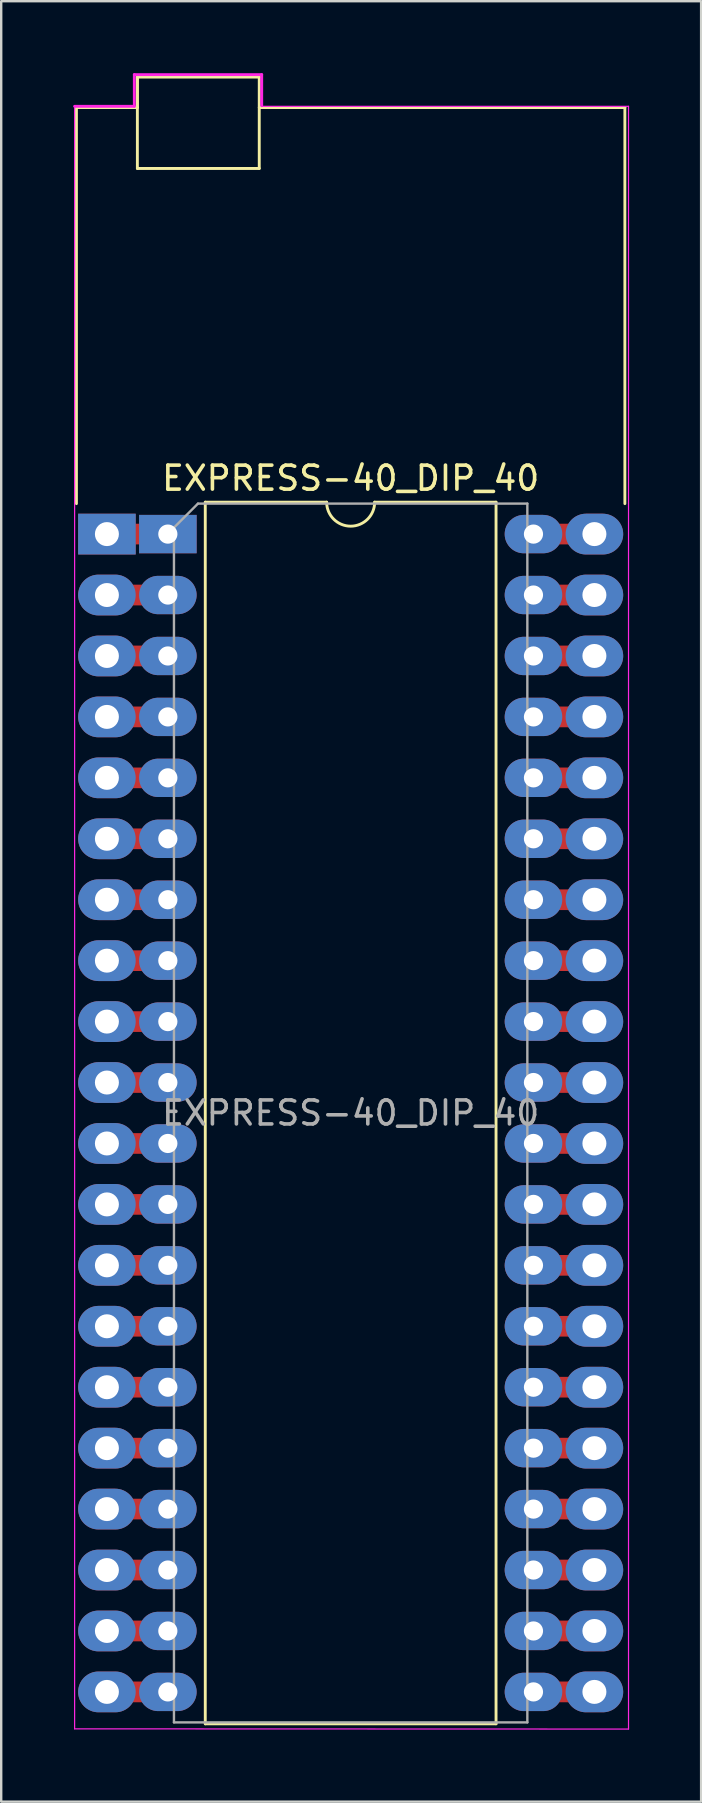
<source format=kicad_pcb>
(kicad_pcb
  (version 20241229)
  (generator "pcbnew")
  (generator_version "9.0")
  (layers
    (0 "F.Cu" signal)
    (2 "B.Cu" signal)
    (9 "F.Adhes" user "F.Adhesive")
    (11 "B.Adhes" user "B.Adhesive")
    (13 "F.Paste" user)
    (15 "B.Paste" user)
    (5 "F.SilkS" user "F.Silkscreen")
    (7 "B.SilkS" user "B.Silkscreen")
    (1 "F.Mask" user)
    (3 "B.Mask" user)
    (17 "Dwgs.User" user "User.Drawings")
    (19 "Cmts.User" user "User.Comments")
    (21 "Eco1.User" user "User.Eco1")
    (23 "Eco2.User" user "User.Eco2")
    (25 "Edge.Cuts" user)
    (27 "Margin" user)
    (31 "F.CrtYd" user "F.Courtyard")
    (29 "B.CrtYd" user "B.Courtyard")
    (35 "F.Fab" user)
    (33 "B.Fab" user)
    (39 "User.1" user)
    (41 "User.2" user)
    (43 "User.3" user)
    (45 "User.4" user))
  (footprint "EXPRESS-40_DIP_40"
    (layer "F.Cu")
    (at 3.946 19.212)
    (property "Reference" "EXPRESS-40_DIP_40" (at 7.62 -2.33 0) (layer "F.SilkS") (effects (font (size 1 1) (thickness 0.15))))
    (attr through_hole)
    (fp_poly (pts (xy -0.635 0.381) (xy -1.905 0.381) (xy -1.905 -0.381) (xy -0.635 -0.381)) (stroke (width 0.1) (type solid)) (fill yes) (layer "F.Cu"))
    (fp_poly (pts (xy -0.635 2.921) (xy -1.905 2.921) (xy -1.905 2.159) (xy -0.635 2.159)) (stroke (width 0.1) (type solid)) (fill yes) (layer "F.Cu"))
    (fp_poly (pts (xy -0.635 5.461) (xy -1.905 5.461) (xy -1.905 4.699) (xy -0.635 4.699)) (stroke (width 0.1) (type solid)) (fill yes) (layer "F.Cu"))
    (fp_poly (pts (xy -0.635 8.001) (xy -1.905 8.001) (xy -1.905 7.239) (xy -0.635 7.239)) (stroke (width 0.1) (type solid)) (fill yes) (layer "F.Cu"))
    (fp_poly (pts (xy -0.635 10.541) (xy -1.905 10.541) (xy -1.905 9.779) (xy -0.635 9.779)) (stroke (width 0.1) (type solid)) (fill yes) (layer "F.Cu"))
    (fp_poly (pts (xy -0.635 13.081) (xy -1.905 13.081) (xy -1.905 12.319) (xy -0.635 12.319)) (stroke (width 0.1) (type solid)) (fill yes) (layer "F.Cu"))
    (fp_poly (pts (xy -0.635 15.621) (xy -1.905 15.621) (xy -1.905 14.859) (xy -0.635 14.859)) (stroke (width 0.1) (type solid)) (fill yes) (layer "F.Cu"))
    (fp_poly (pts (xy -0.635 18.161) (xy -1.905 18.161) (xy -1.905 17.399) (xy -0.635 17.399)) (stroke (width 0.1) (type solid)) (fill yes) (layer "F.Cu"))
    (fp_poly (pts (xy -0.635 20.701) (xy -1.905 20.701) (xy -1.905 19.939) (xy -0.635 19.939)) (stroke (width 0.1) (type solid)) (fill yes) (layer "F.Cu"))
    (fp_poly (pts (xy -0.635 23.241) (xy -1.905 23.241) (xy -1.905 22.479) (xy -0.635 22.479)) (stroke (width 0.1) (type solid)) (fill yes) (layer "F.Cu"))
    (fp_poly (pts (xy -0.635 25.781) (xy -1.905 25.781) (xy -1.905 25.019) (xy -0.635 25.019)) (stroke (width 0.1) (type solid)) (fill yes) (layer "F.Cu"))
    (fp_poly (pts (xy -0.635 28.321) (xy -1.905 28.321) (xy -1.905 27.559) (xy -0.635 27.559)) (stroke (width 0.1) (type solid)) (fill yes) (layer "F.Cu"))
    (fp_poly (pts (xy -0.635 30.861) (xy -1.905 30.861) (xy -1.905 30.099) (xy -0.635 30.099)) (stroke (width 0.1) (type solid)) (fill yes) (layer "F.Cu"))
    (fp_poly (pts (xy -0.635 33.401) (xy -1.905 33.401) (xy -1.905 32.639) (xy -0.635 32.639)) (stroke (width 0.1) (type solid)) (fill yes) (layer "F.Cu"))
    (fp_poly (pts (xy -0.635 35.941) (xy -1.905 35.941) (xy -1.905 35.179) (xy -0.635 35.179)) (stroke (width 0.1) (type solid)) (fill yes) (layer "F.Cu"))
    (fp_poly (pts (xy -0.635 38.481) (xy -1.905 38.481) (xy -1.905 37.719) (xy -0.635 37.719)) (stroke (width 0.1) (type solid)) (fill yes) (layer "F.Cu"))
    (fp_poly (pts (xy -0.635 41.021) (xy -1.905 41.021) (xy -1.905 40.259) (xy -0.635 40.259)) (stroke (width 0.1) (type solid)) (fill yes) (layer "F.Cu"))
    (fp_poly (pts (xy -0.635 43.561) (xy -1.905 43.561) (xy -1.905 42.799) (xy -0.635 42.799)) (stroke (width 0.1) (type solid)) (fill yes) (layer "F.Cu"))
    (fp_poly (pts (xy -0.635 46.101) (xy -1.905 46.101) (xy -1.905 45.339) (xy -0.635 45.339)) (stroke (width 0.1) (type solid)) (fill yes) (layer "F.Cu"))
    (fp_poly (pts (xy -0.635 48.641) (xy -1.905 48.641) (xy -1.905 47.879) (xy -0.635 47.879)) (stroke (width 0.1) (type solid)) (fill yes) (layer "F.Cu"))
    (fp_poly (pts (xy 17.145 0.381) (xy 15.875 0.381) (xy 15.875 -0.381) (xy 17.145 -0.381)) (stroke (width 0.1) (type solid)) (fill yes) (layer "F.Cu"))
    (fp_poly (pts (xy 17.145 2.921) (xy 15.875 2.921) (xy 15.875 2.159) (xy 17.145 2.159)) (stroke (width 0.1) (type solid)) (fill yes) (layer "F.Cu"))
    (fp_poly (pts (xy 17.145 5.461) (xy 15.875 5.461) (xy 15.875 4.699) (xy 17.145 4.699)) (stroke (width 0.1) (type solid)) (fill yes) (layer "F.Cu"))
    (fp_poly (pts (xy 17.145 8.001) (xy 15.875 8.001) (xy 15.875 7.239) (xy 17.145 7.239)) (stroke (width 0.1) (type solid)) (fill yes) (layer "F.Cu"))
    (fp_poly (pts (xy 17.145 10.541) (xy 15.875 10.541) (xy 15.875 9.779) (xy 17.145 9.779)) (stroke (width 0.1) (type solid)) (fill yes) (layer "F.Cu"))
    (fp_poly (pts (xy 17.145 13.081) (xy 15.875 13.081) (xy 15.875 12.319) (xy 17.145 12.319)) (stroke (width 0.1) (type solid)) (fill yes) (layer "F.Cu"))
    (fp_poly (pts (xy 17.145 15.621) (xy 15.875 15.621) (xy 15.875 14.859) (xy 17.145 14.859)) (stroke (width 0.1) (type solid)) (fill yes) (layer "F.Cu"))
    (fp_poly (pts (xy 17.145 18.161) (xy 15.875 18.161) (xy 15.875 17.399) (xy 17.145 17.399)) (stroke (width 0.1) (type solid)) (fill yes) (layer "F.Cu"))
    (fp_poly (pts (xy 17.145 20.701) (xy 15.875 20.701) (xy 15.875 19.939) (xy 17.145 19.939)) (stroke (width 0.1) (type solid)) (fill yes) (layer "F.Cu"))
    (fp_poly (pts (xy 17.145 23.241) (xy 15.875 23.241) (xy 15.875 22.479) (xy 17.145 22.479)) (stroke (width 0.1) (type solid)) (fill yes) (layer "F.Cu"))
    (fp_poly (pts (xy 17.145 25.781) (xy 15.875 25.781) (xy 15.875 25.019) (xy 17.145 25.019)) (stroke (width 0.1) (type solid)) (fill yes) (layer "F.Cu"))
    (fp_poly (pts (xy 17.145 28.321) (xy 15.875 28.321) (xy 15.875 27.559) (xy 17.145 27.559)) (stroke (width 0.1) (type solid)) (fill yes) (layer "F.Cu"))
    (fp_poly (pts (xy 17.145 30.861) (xy 15.875 30.861) (xy 15.875 30.099) (xy 17.145 30.099)) (stroke (width 0.1) (type solid)) (fill yes) (layer "F.Cu"))
    (fp_poly (pts (xy 17.145 33.401) (xy 15.875 33.401) (xy 15.875 32.639) (xy 17.145 32.639)) (stroke (width 0.1) (type solid)) (fill yes) (layer "F.Cu"))
    (fp_poly (pts (xy 17.145 35.941) (xy 15.875 35.941) (xy 15.875 35.179) (xy 17.145 35.179)) (stroke (width 0.1) (type solid)) (fill yes) (layer "F.Cu"))
    (fp_poly (pts (xy 17.145 38.481) (xy 15.875 38.481) (xy 15.875 37.719) (xy 17.145 37.719)) (stroke (width 0.1) (type solid)) (fill yes) (layer "F.Cu"))
    (fp_poly (pts (xy 17.145 41.021) (xy 15.875 41.021) (xy 15.875 40.259) (xy 17.145 40.259)) (stroke (width 0.1) (type solid)) (fill yes) (layer "F.Cu"))
    (fp_poly (pts (xy 17.145 43.561) (xy 15.875 43.561) (xy 15.875 42.799) (xy 17.145 42.799)) (stroke (width 0.1) (type solid)) (fill yes) (layer "F.Cu"))
    (fp_poly (pts (xy 17.145 46.101) (xy 15.875 46.101) (xy 15.875 45.339) (xy 17.145 45.339)) (stroke (width 0.1) (type solid)) (fill yes) (layer "F.Cu"))
    (fp_poly (pts (xy 17.145 48.641) (xy 15.875 48.641) (xy 15.875 47.879) (xy 17.145 47.879)) (stroke (width 0.1) (type solid)) (fill yes) (layer "F.Cu"))
    (fp_line (start -3.81 -17.78) (end -3.81 -1.27) (stroke (width 0.12) (type solid)) (layer "F.SilkS"))
    (fp_line (start -1.27 -19.05) (end -1.27 -17.78) (stroke (width 0.12) (type solid)) (layer "F.SilkS"))
    (fp_line (start -1.27 -19.05) (end 3.81 -19.05) (stroke (width 0.12) (type solid)) (layer "F.SilkS"))
    (fp_line (start -1.27 -17.78) (end -3.81 -17.78) (stroke (width 0.12) (type solid)) (layer "F.SilkS"))
    (fp_line (start -1.27 -15.24) (end -1.27 -19.05) (stroke (width 0.12) (type solid)) (layer "F.SilkS"))
    (fp_line (start 1.56 -1.33) (end 1.56 49.59) (stroke (width 0.12) (type solid)) (layer "F.SilkS"))
    (fp_line (start 1.56 49.59) (end 13.68 49.59) (stroke (width 0.12) (type solid)) (layer "F.SilkS"))
    (fp_line (start 3.81 -19.05) (end 3.81 -15.24) (stroke (width 0.12) (type solid)) (layer "F.SilkS"))
    (fp_line (start 3.81 -17.78) (end 19.05 -17.78) (stroke (width 0.12) (type solid)) (layer "F.SilkS"))
    (fp_line (start 3.81 -15.24) (end -1.27 -15.24) (stroke (width 0.12) (type solid)) (layer "F.SilkS"))
    (fp_line (start 6.62 -1.33) (end 1.56 -1.33) (stroke (width 0.12) (type solid)) (layer "F.SilkS"))
    (fp_line (start 13.68 -1.33) (end 8.62 -1.33) (stroke (width 0.12) (type solid)) (layer "F.SilkS"))
    (fp_line (start 13.68 49.59) (end 13.68 -1.33) (stroke (width 0.12) (type solid)) (layer "F.SilkS"))
    (fp_line (start 19.05 -17.78) (end 19.05 -1.27) (stroke (width 0.12) (type solid)) (layer "F.SilkS"))
    (fp_arc (start 8.62 -1.33) (mid 7.62 -0.33) (end 6.62 -1.33) (stroke (width 0.12) (type solid)) (layer "F.SilkS"))
    (fp_line (start -3.886 -17.831) (end -3.886 49.8) (stroke (width 0.05) (type solid)) (layer "F.CrtYd"))
    (fp_line (start -3.886 49.8) (end 19.202 49.809) (stroke (width 0.05) (type solid)) (layer "F.CrtYd"))
    (fp_line (start -1.397 -19.152) (end 3.912 -19.152) (stroke (width 0.12) (type solid)) (layer "F.CrtYd"))
    (fp_line (start -1.397 -17.831) (end -3.886 -17.831) (stroke (width 0.12) (type solid)) (layer "F.CrtYd"))
    (fp_line (start -1.397 -17.831) (end -1.397 -19.152) (stroke (width 0.12) (type solid)) (layer "F.CrtYd"))
    (fp_line (start 3.912 -19.152) (end 3.912 -17.856) (stroke (width 0.12) (type solid)) (layer "F.CrtYd"))
    (fp_line (start 19.202 -17.831) (end 3.912 -17.831) (stroke (width 0.05) (type solid)) (layer "F.CrtYd"))
    (fp_line (start 19.202 49.809) (end 19.202 -17.831) (stroke (width 0.05) (type solid)) (layer "F.CrtYd"))
    (fp_line (start 0.255 -0.27) (end 1.255 -1.27) (stroke (width 0.1) (type solid)) (layer "F.Fab"))
    (fp_line (start 0.255 49.53) (end 0.255 -0.27) (stroke (width 0.1) (type solid)) (layer "F.Fab"))
    (fp_line (start 1.255 -1.27) (end 14.985 -1.27) (stroke (width 0.1) (type solid)) (layer "F.Fab"))
    (fp_line (start 14.985 -1.27) (end 14.985 49.53) (stroke (width 0.1) (type solid)) (layer "F.Fab"))
    (fp_line (start 14.985 49.53) (end 0.255 49.53) (stroke (width 0.1) (type solid)) (layer "F.Fab"))
    (fp_text user "${REFERENCE}" (at 7.62 24.13 0) (layer "F.Fab") (effects (font (size 1 1) (thickness 0.15))))
    (pad "1" thru_hole rect (at -2.54 0) (size 2.4 1.7) (drill 1) (layers "*.Cu" "*.Mask"))
    (pad "1" thru_hole rect (at 0 0) (size 2.4 1.6) (drill 0.8) (layers "*.Cu" "*.Mask"))
    (pad "2" thru_hole oval (at -2.54 2.54) (size 2.4 1.7) (drill 1) (layers "*.Cu" "*.Mask"))
    (pad "2" thru_hole oval (at 0 2.54) (size 2.4 1.6) (drill 0.8) (layers "*.Cu" "*.Mask"))
    (pad "3" thru_hole oval (at -2.54 5.08) (size 2.4 1.7) (drill 1) (layers "*.Cu" "*.Mask"))
    (pad "3" thru_hole oval (at 0 5.08) (size 2.4 1.6) (drill 0.8) (layers "*.Cu" "*.Mask"))
    (pad "4" thru_hole oval (at -2.54 7.62) (size 2.4 1.7) (drill 1) (layers "*.Cu" "*.Mask"))
    (pad "4" thru_hole oval (at 0 7.62) (size 2.4 1.6) (drill 0.8) (layers "*.Cu" "*.Mask"))
    (pad "5" thru_hole oval (at -2.54 10.16) (size 2.4 1.7) (drill 1) (layers "*.Cu" "*.Mask"))
    (pad "5" thru_hole oval (at 0 10.16) (size 2.4 1.6) (drill 0.8) (layers "*.Cu" "*.Mask"))
    (pad "6" thru_hole oval (at -2.54 12.7) (size 2.4 1.7) (drill 1) (layers "*.Cu" "*.Mask"))
    (pad "6" thru_hole oval (at 0 12.7) (size 2.4 1.6) (drill 0.8) (layers "*.Cu" "*.Mask"))
    (pad "7" thru_hole oval (at -2.54 15.24) (size 2.4 1.7) (drill 1) (layers "*.Cu" "*.Mask"))
    (pad "7" thru_hole oval (at 0 15.24) (size 2.4 1.6) (drill 0.8) (layers "*.Cu" "*.Mask"))
    (pad "8" thru_hole oval (at -2.54 17.78) (size 2.4 1.7) (drill 1) (layers "*.Cu" "*.Mask"))
    (pad "8" thru_hole oval (at 0 17.78) (size 2.4 1.6) (drill 0.8) (layers "*.Cu" "*.Mask"))
    (pad "9" thru_hole oval (at -2.54 20.32) (size 2.4 1.7) (drill 1) (layers "*.Cu" "*.Mask"))
    (pad "9" thru_hole oval (at 0 20.32) (size 2.4 1.6) (drill 0.8) (layers "*.Cu" "*.Mask"))
    (pad "10" thru_hole oval (at -2.54 22.86) (size 2.4 1.7) (drill 1) (layers "*.Cu" "*.Mask"))
    (pad "10" thru_hole oval (at 0 22.86) (size 2.4 1.6) (drill 0.8) (layers "*.Cu" "*.Mask"))
    (pad "11" thru_hole oval (at -2.54 25.4) (size 2.4 1.7) (drill 1) (layers "*.Cu" "*.Mask"))
    (pad "11" thru_hole oval (at 0 25.4) (size 2.4 1.6) (drill 0.8) (layers "*.Cu" "*.Mask"))
    (pad "12" thru_hole oval (at -2.54 27.94) (size 2.4 1.7) (drill 1) (layers "*.Cu" "*.Mask"))
    (pad "12" thru_hole oval (at 0 27.94) (size 2.4 1.6) (drill 0.8) (layers "*.Cu" "*.Mask"))
    (pad "13" thru_hole oval (at -2.54 30.48) (size 2.4 1.7) (drill 1) (layers "*.Cu" "*.Mask"))
    (pad "13" thru_hole oval (at 0 30.48) (size 2.4 1.6) (drill 0.8) (layers "*.Cu" "*.Mask"))
    (pad "14" thru_hole oval (at -2.54 33.02) (size 2.4 1.7) (drill 1) (layers "*.Cu" "*.Mask"))
    (pad "14" thru_hole oval (at 0 33.02) (size 2.4 1.6) (drill 0.8) (layers "*.Cu" "*.Mask"))
    (pad "15" thru_hole oval (at -2.54 35.56) (size 2.4 1.7) (drill 1) (layers "*.Cu" "*.Mask"))
    (pad "15" thru_hole oval (at 0 35.56) (size 2.4 1.6) (drill 0.8) (layers "*.Cu" "*.Mask"))
    (pad "16" thru_hole oval (at -2.54 38.1) (size 2.4 1.7) (drill 1) (layers "*.Cu" "*.Mask"))
    (pad "16" thru_hole oval (at 0 38.1) (size 2.4 1.6) (drill 0.8) (layers "*.Cu" "*.Mask"))
    (pad "17" thru_hole oval (at -2.54 40.64) (size 2.4 1.7) (drill 1) (layers "*.Cu" "*.Mask"))
    (pad "17" thru_hole oval (at 0 40.64) (size 2.4 1.6) (drill 0.8) (layers "*.Cu" "*.Mask"))
    (pad "18" thru_hole oval (at -2.54 43.18) (size 2.4 1.7) (drill 1) (layers "*.Cu" "*.Mask"))
    (pad "18" thru_hole oval (at 0 43.18) (size 2.4 1.6) (drill 0.8) (layers "*.Cu" "*.Mask"))
    (pad "19" thru_hole oval (at -2.54 45.72) (size 2.4 1.7) (drill 1) (layers "*.Cu" "*.Mask"))
    (pad "19" thru_hole oval (at 0 45.72) (size 2.4 1.6) (drill 0.8) (layers "*.Cu" "*.Mask"))
    (pad "20" thru_hole oval (at -2.54 48.26) (size 2.4 1.7) (drill 1) (layers "*.Cu" "*.Mask"))
    (pad "20" thru_hole oval (at 0 48.26) (size 2.4 1.6) (drill 0.8) (layers "*.Cu" "*.Mask"))
    (pad "21" thru_hole oval (at 15.24 48.26) (size 2.4 1.6) (drill 0.8) (layers "*.Cu" "*.Mask"))
    (pad "21" thru_hole oval (at 17.78 48.26) (size 2.4 1.7) (drill 1) (layers "*.Cu" "*.Mask"))
    (pad "22" thru_hole oval (at 15.24 45.72) (size 2.4 1.6) (drill 0.8) (layers "*.Cu" "*.Mask"))
    (pad "22" thru_hole oval (at 17.78 45.72) (size 2.4 1.7) (drill 1) (layers "*.Cu" "*.Mask"))
    (pad "23" thru_hole oval (at 15.24 43.18) (size 2.4 1.6) (drill 0.8) (layers "*.Cu" "*.Mask"))
    (pad "23" thru_hole oval (at 17.78 43.18) (size 2.4 1.7) (drill 1) (layers "*.Cu" "*.Mask"))
    (pad "24" thru_hole oval (at 15.24 40.64) (size 2.4 1.6) (drill 0.8) (layers "*.Cu" "*.Mask"))
    (pad "24" thru_hole oval (at 17.78 40.64) (size 2.4 1.7) (drill 1) (layers "*.Cu" "*.Mask"))
    (pad "25" thru_hole oval (at 15.24 38.1) (size 2.4 1.6) (drill 0.8) (layers "*.Cu" "*.Mask"))
    (pad "25" thru_hole oval (at 17.78 38.1) (size 2.4 1.7) (drill 1) (layers "*.Cu" "*.Mask"))
    (pad "26" thru_hole oval (at 15.24 35.56) (size 2.4 1.6) (drill 0.8) (layers "*.Cu" "*.Mask"))
    (pad "26" thru_hole oval (at 17.78 35.56) (size 2.4 1.7) (drill 1) (layers "*.Cu" "*.Mask"))
    (pad "27" thru_hole oval (at 15.24 33.02) (size 2.4 1.6) (drill 0.8) (layers "*.Cu" "*.Mask"))
    (pad "27" thru_hole oval (at 17.78 33.02) (size 2.4 1.7) (drill 1) (layers "*.Cu" "*.Mask"))
    (pad "28" thru_hole oval (at 15.24 30.48) (size 2.4 1.6) (drill 0.8) (layers "*.Cu" "*.Mask"))
    (pad "28" thru_hole oval (at 17.78 30.48) (size 2.4 1.7) (drill 1) (layers "*.Cu" "*.Mask"))
    (pad "29" thru_hole oval (at 15.24 27.94) (size 2.4 1.6) (drill 0.8) (layers "*.Cu" "*.Mask"))
    (pad "29" thru_hole oval (at 17.78 27.94) (size 2.4 1.7) (drill 1) (layers "*.Cu" "*.Mask"))
    (pad "30" thru_hole oval (at 15.24 25.4) (size 2.4 1.6) (drill 0.8) (layers "*.Cu" "*.Mask"))
    (pad "30" thru_hole oval (at 17.78 25.4) (size 2.4 1.7) (drill 1) (layers "*.Cu" "*.Mask"))
    (pad "31" thru_hole oval (at 15.24 22.86) (size 2.4 1.6) (drill 0.8) (layers "*.Cu" "*.Mask"))
    (pad "31" thru_hole oval (at 17.78 22.86) (size 2.4 1.7) (drill 1) (layers "*.Cu" "*.Mask"))
    (pad "32" thru_hole oval (at 15.24 20.32) (size 2.4 1.6) (drill 0.8) (layers "*.Cu" "*.Mask"))
    (pad "32" thru_hole oval (at 17.78 20.32) (size 2.4 1.7) (drill 1) (layers "*.Cu" "*.Mask"))
    (pad "33" thru_hole oval (at 15.24 17.78) (size 2.4 1.6) (drill 0.8) (layers "*.Cu" "*.Mask"))
    (pad "33" thru_hole oval (at 17.78 17.78) (size 2.4 1.7) (drill 1) (layers "*.Cu" "*.Mask"))
    (pad "34" thru_hole oval (at 15.24 15.24) (size 2.4 1.6) (drill 0.8) (layers "*.Cu" "*.Mask"))
    (pad "34" thru_hole oval (at 17.78 15.24) (size 2.4 1.7) (drill 1) (layers "*.Cu" "*.Mask"))
    (pad "35" thru_hole oval (at 15.24 12.7) (size 2.4 1.6) (drill 0.8) (layers "*.Cu" "*.Mask"))
    (pad "35" thru_hole oval (at 17.78 12.7) (size 2.4 1.7) (drill 1) (layers "*.Cu" "*.Mask"))
    (pad "36" thru_hole oval (at 15.24 10.16) (size 2.4 1.6) (drill 0.8) (layers "*.Cu" "*.Mask"))
    (pad "36" thru_hole oval (at 17.78 10.16) (size 2.4 1.7) (drill 1) (layers "*.Cu" "*.Mask"))
    (pad "37" thru_hole oval (at 15.24 7.62) (size 2.4 1.6) (drill 0.8) (layers "*.Cu" "*.Mask"))
    (pad "37" thru_hole oval (at 17.78 7.62) (size 2.4 1.7) (drill 1) (layers "*.Cu" "*.Mask"))
    (pad "38" thru_hole oval (at 15.24 5.08) (size 2.4 1.6) (drill 0.8) (layers "*.Cu" "*.Mask"))
    (pad "38" thru_hole oval (at 17.78 5.08) (size 2.4 1.7) (drill 1) (layers "*.Cu" "*.Mask"))
    (pad "39" thru_hole oval (at 15.24 2.54) (size 2.4 1.6) (drill 0.8) (layers "*.Cu" "*.Mask"))
    (pad "39" thru_hole oval (at 17.78 2.54) (size 2.4 1.7) (drill 1) (layers "*.Cu" "*.Mask"))
    (pad "40" thru_hole oval (at 15.24 0) (size 2.4 1.6) (drill 0.8) (layers "*.Cu" "*.Mask"))
    (pad "40" thru_hole oval (at 17.78 0) (size 2.4 1.7) (drill 1) (layers "*.Cu" "*.Mask")))
  (gr_rect
    (start -3 -3)
    (end 26.174 72.046)
    (stroke (width 0.1) (type default))
    (fill no)
    (layer "Edge.Cuts")))
</source>
